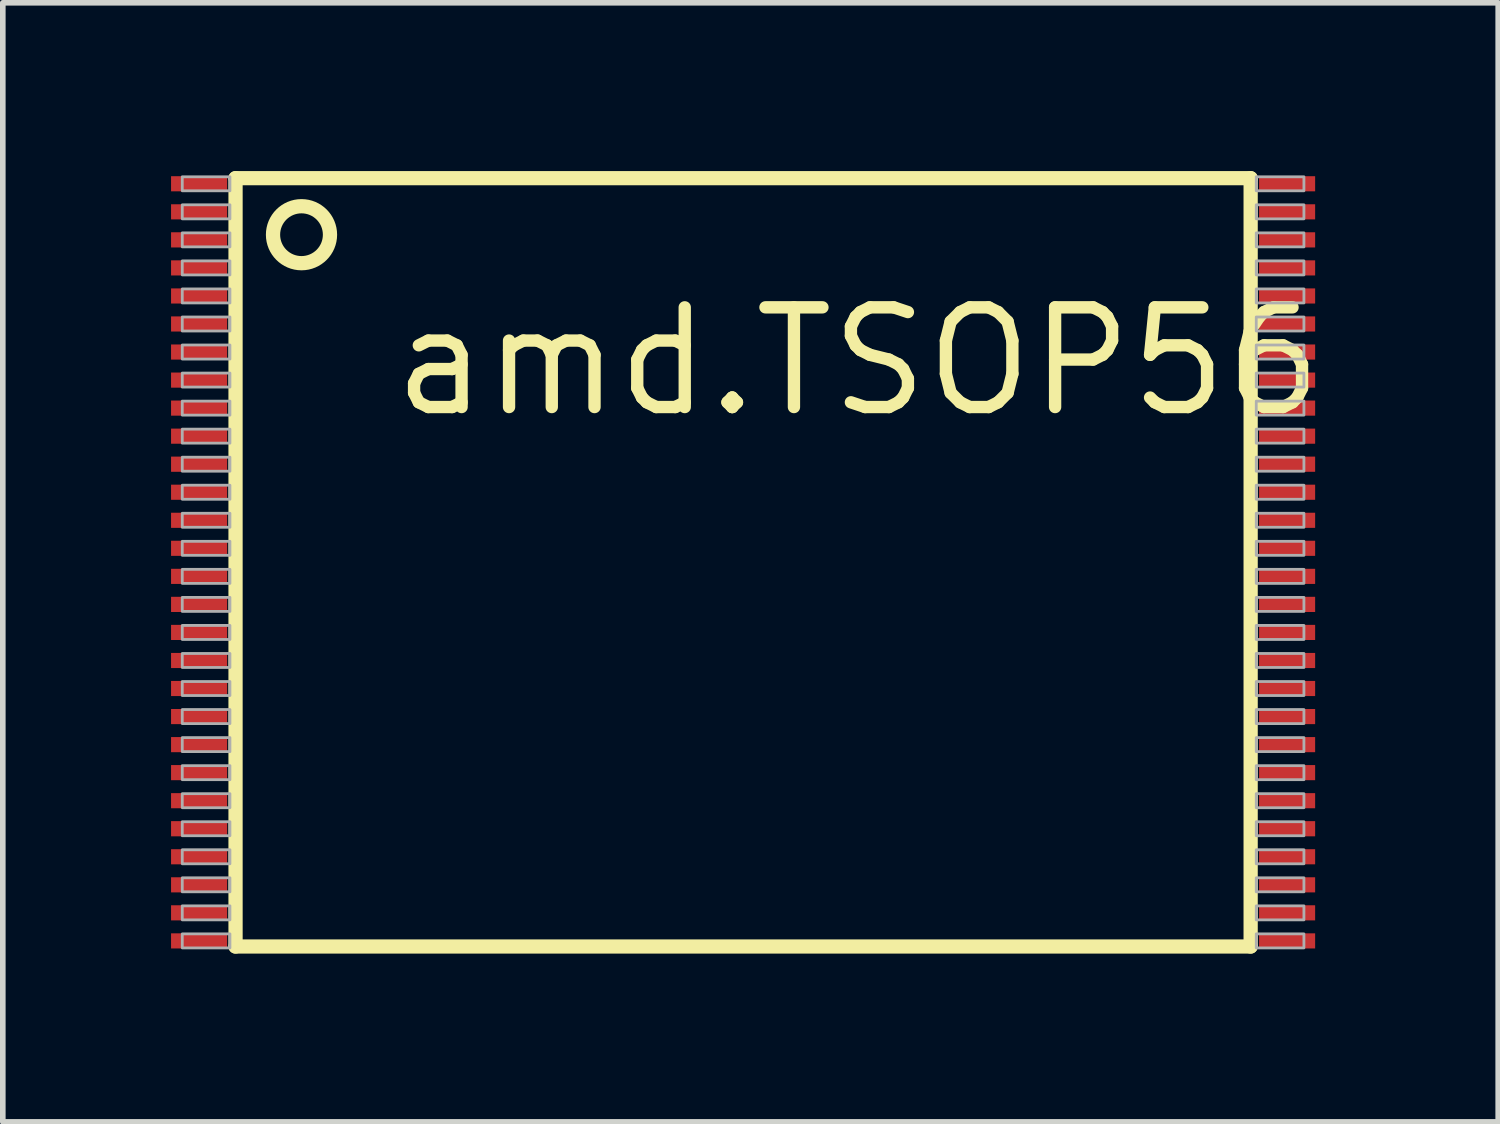
<source format=kicad_pcb>
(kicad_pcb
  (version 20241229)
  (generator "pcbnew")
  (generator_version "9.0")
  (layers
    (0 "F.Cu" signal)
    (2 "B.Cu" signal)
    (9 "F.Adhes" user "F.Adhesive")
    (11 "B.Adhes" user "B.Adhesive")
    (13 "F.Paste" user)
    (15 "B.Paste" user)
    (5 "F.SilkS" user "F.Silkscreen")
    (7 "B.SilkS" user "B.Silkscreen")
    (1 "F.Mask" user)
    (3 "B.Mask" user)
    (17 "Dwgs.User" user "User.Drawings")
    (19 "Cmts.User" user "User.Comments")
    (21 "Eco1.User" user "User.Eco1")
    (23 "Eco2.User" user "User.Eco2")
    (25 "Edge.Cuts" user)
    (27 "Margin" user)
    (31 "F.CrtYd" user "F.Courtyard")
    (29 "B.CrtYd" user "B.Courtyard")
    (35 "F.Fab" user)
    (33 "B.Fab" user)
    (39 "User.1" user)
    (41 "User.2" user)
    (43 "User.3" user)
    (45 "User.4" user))
  (footprint "amd.TSOP56"
    (layer "F.Cu")
    (at 10.2 6.977)
    (property "Reference" "amd.TSOP56" (at -6.35 -2.54 0) (layer "F.SilkS") (effects (font (size 1.778 1.778) (thickness 0.22)) (justify left bottom)))
    (attr smd)
    (fp_line (start -9.05 -6.85) (end 9.05 -6.85) (stroke (width 0.254) (type default)) (layer "F.SilkS"))
    (fp_line (start -9.05 6.85) (end -9.05 -6.85) (stroke (width 0.254) (type default)) (layer "F.SilkS"))
    (fp_line (start 9.05 -6.85) (end 9.05 6.85) (stroke (width 0.254) (type default)) (layer "F.SilkS"))
    (fp_line (start 9.05 6.85) (end -9.05 6.85) (stroke (width 0.254) (type default)) (layer "F.SilkS"))
    (fp_circle (center -7.874 -5.842) (end -7.366 -5.842) (stroke (width 0.254) (type default)) (fill no) (layer "F.SilkS"))
    (fp_rect (start -10 -6.625) (end -9.15 -6.875) (stroke (width 0.05) (type default)) (fill no) (layer "F.Fab"))
    (fp_rect (start -10 -6.125) (end -9.15 -6.375) (stroke (width 0.05) (type default)) (fill no) (layer "F.Fab"))
    (fp_rect (start -10 -5.625) (end -9.15 -5.875) (stroke (width 0.05) (type default)) (fill no) (layer "F.Fab"))
    (fp_rect (start -10 -5.125) (end -9.15 -5.375) (stroke (width 0.05) (type default)) (fill no) (layer "F.Fab"))
    (fp_rect (start -10 -4.625) (end -9.15 -4.875) (stroke (width 0.05) (type default)) (fill no) (layer "F.Fab"))
    (fp_rect (start -10 -4.125) (end -9.15 -4.375) (stroke (width 0.05) (type default)) (fill no) (layer "F.Fab"))
    (fp_rect (start -10 -3.625) (end -9.15 -3.875) (stroke (width 0.05) (type default)) (fill no) (layer "F.Fab"))
    (fp_rect (start -10 -3.125) (end -9.15 -3.375) (stroke (width 0.05) (type default)) (fill no) (layer "F.Fab"))
    (fp_rect (start -10 -2.625) (end -9.15 -2.875) (stroke (width 0.05) (type default)) (fill no) (layer "F.Fab"))
    (fp_rect (start -10 -2.125) (end -9.15 -2.375) (stroke (width 0.05) (type default)) (fill no) (layer "F.Fab"))
    (fp_rect (start -10 -1.625) (end -9.15 -1.875) (stroke (width 0.05) (type default)) (fill no) (layer "F.Fab"))
    (fp_rect (start -10 -1.125) (end -9.15 -1.375) (stroke (width 0.05) (type default)) (fill no) (layer "F.Fab"))
    (fp_rect (start -10 -0.625) (end -9.15 -0.875) (stroke (width 0.05) (type default)) (fill no) (layer "F.Fab"))
    (fp_rect (start -10 -0.125) (end -9.15 -0.375) (stroke (width 0.05) (type default)) (fill no) (layer "F.Fab"))
    (fp_rect (start -10 0.375) (end -9.15 0.125) (stroke (width 0.05) (type default)) (fill no) (layer "F.Fab"))
    (fp_rect (start -10 0.875) (end -9.15 0.625) (stroke (width 0.05) (type default)) (fill no) (layer "F.Fab"))
    (fp_rect (start -10 1.375) (end -9.15 1.125) (stroke (width 0.05) (type default)) (fill no) (layer "F.Fab"))
    (fp_rect (start -10 1.875) (end -9.15 1.625) (stroke (width 0.05) (type default)) (fill no) (layer "F.Fab"))
    (fp_rect (start -10 2.375) (end -9.15 2.125) (stroke (width 0.05) (type default)) (fill no) (layer "F.Fab"))
    (fp_rect (start -10 2.875) (end -9.15 2.625) (stroke (width 0.05) (type default)) (fill no) (layer "F.Fab"))
    (fp_rect (start -10 3.375) (end -9.15 3.125) (stroke (width 0.05) (type default)) (fill no) (layer "F.Fab"))
    (fp_rect (start -10 3.875) (end -9.15 3.625) (stroke (width 0.05) (type default)) (fill no) (layer "F.Fab"))
    (fp_rect (start -10 4.375) (end -9.15 4.125) (stroke (width 0.05) (type default)) (fill no) (layer "F.Fab"))
    (fp_rect (start -10 4.875) (end -9.15 4.625) (stroke (width 0.05) (type default)) (fill no) (layer "F.Fab"))
    (fp_rect (start -10 5.375) (end -9.15 5.125) (stroke (width 0.05) (type default)) (fill no) (layer "F.Fab"))
    (fp_rect (start -10 5.875) (end -9.15 5.625) (stroke (width 0.05) (type default)) (fill no) (layer "F.Fab"))
    (fp_rect (start -10 6.375) (end -9.15 6.125) (stroke (width 0.05) (type default)) (fill no) (layer "F.Fab"))
    (fp_rect (start -10 6.875) (end -9.15 6.625) (stroke (width 0.05) (type default)) (fill no) (layer "F.Fab"))
    (fp_rect (start 9.15 -6.625) (end 10 -6.875) (stroke (width 0.05) (type default)) (fill no) (layer "F.Fab"))
    (fp_rect (start 9.15 -6.125) (end 10 -6.375) (stroke (width 0.05) (type default)) (fill no) (layer "F.Fab"))
    (fp_rect (start 9.15 -5.625) (end 10 -5.875) (stroke (width 0.05) (type default)) (fill no) (layer "F.Fab"))
    (fp_rect (start 9.15 -5.125) (end 10 -5.375) (stroke (width 0.05) (type default)) (fill no) (layer "F.Fab"))
    (fp_rect (start 9.15 -4.625) (end 10 -4.875) (stroke (width 0.05) (type default)) (fill no) (layer "F.Fab"))
    (fp_rect (start 9.15 -4.125) (end 10 -4.375) (stroke (width 0.05) (type default)) (fill no) (layer "F.Fab"))
    (fp_rect (start 9.15 -3.625) (end 10 -3.875) (stroke (width 0.05) (type default)) (fill no) (layer "F.Fab"))
    (fp_rect (start 9.15 -3.125) (end 10 -3.375) (stroke (width 0.05) (type default)) (fill no) (layer "F.Fab"))
    (fp_rect (start 9.15 -2.625) (end 10 -2.875) (stroke (width 0.05) (type default)) (fill no) (layer "F.Fab"))
    (fp_rect (start 9.15 -2.125) (end 10 -2.375) (stroke (width 0.05) (type default)) (fill no) (layer "F.Fab"))
    (fp_rect (start 9.15 -1.625) (end 10 -1.875) (stroke (width 0.05) (type default)) (fill no) (layer "F.Fab"))
    (fp_rect (start 9.15 -1.125) (end 10 -1.375) (stroke (width 0.05) (type default)) (fill no) (layer "F.Fab"))
    (fp_rect (start 9.15 -0.625) (end 10 -0.875) (stroke (width 0.05) (type default)) (fill no) (layer "F.Fab"))
    (fp_rect (start 9.15 -0.125) (end 10 -0.375) (stroke (width 0.05) (type default)) (fill no) (layer "F.Fab"))
    (fp_rect (start 9.15 0.375) (end 10 0.125) (stroke (width 0.05) (type default)) (fill no) (layer "F.Fab"))
    (fp_rect (start 9.15 0.875) (end 10 0.625) (stroke (width 0.05) (type default)) (fill no) (layer "F.Fab"))
    (fp_rect (start 9.15 1.375) (end 10 1.125) (stroke (width 0.05) (type default)) (fill no) (layer "F.Fab"))
    (fp_rect (start 9.15 1.875) (end 10 1.625) (stroke (width 0.05) (type default)) (fill no) (layer "F.Fab"))
    (fp_rect (start 9.15 2.375) (end 10 2.125) (stroke (width 0.05) (type default)) (fill no) (layer "F.Fab"))
    (fp_rect (start 9.15 2.875) (end 10 2.625) (stroke (width 0.05) (type default)) (fill no) (layer "F.Fab"))
    (fp_rect (start 9.15 3.375) (end 10 3.125) (stroke (width 0.05) (type default)) (fill no) (layer "F.Fab"))
    (fp_rect (start 9.15 3.875) (end 10 3.625) (stroke (width 0.05) (type default)) (fill no) (layer "F.Fab"))
    (fp_rect (start 9.15 4.375) (end 10 4.125) (stroke (width 0.05) (type default)) (fill no) (layer "F.Fab"))
    (fp_rect (start 9.15 4.875) (end 10 4.625) (stroke (width 0.05) (type default)) (fill no) (layer "F.Fab"))
    (fp_rect (start 9.15 5.375) (end 10 5.125) (stroke (width 0.05) (type default)) (fill no) (layer "F.Fab"))
    (fp_rect (start 9.15 5.875) (end 10 5.625) (stroke (width 0.05) (type default)) (fill no) (layer "F.Fab"))
    (fp_rect (start 9.15 6.375) (end 10 6.125) (stroke (width 0.05) (type default)) (fill no) (layer "F.Fab"))
    (fp_rect (start 9.15 6.875) (end 10 6.625) (stroke (width 0.05) (type default)) (fill no) (layer "F.Fab"))
    (pad "1" smd roundrect (at -9.7 -6.75) (size 1 0.27) (layers "F.Cu" "F.Mask" "F.Paste") (roundrect_rratio 0.01))
    (pad "2" smd roundrect (at -9.7 -6.25) (size 1 0.27) (layers "F.Cu" "F.Mask" "F.Paste") (roundrect_rratio 0.01))
    (pad "3" smd roundrect (at -9.7 -5.75) (size 1 0.27) (layers "F.Cu" "F.Mask" "F.Paste") (roundrect_rratio 0.01))
    (pad "4" smd roundrect (at -9.7 -5.25) (size 1 0.27) (layers "F.Cu" "F.Mask" "F.Paste") (roundrect_rratio 0.01))
    (pad "5" smd roundrect (at -9.7 -4.75) (size 1 0.27) (layers "F.Cu" "F.Mask" "F.Paste") (roundrect_rratio 0.01))
    (pad "6" smd roundrect (at -9.7 -4.25) (size 1 0.27) (layers "F.Cu" "F.Mask" "F.Paste") (roundrect_rratio 0.01))
    (pad "7" smd roundrect (at -9.7 -3.75) (size 1 0.27) (layers "F.Cu" "F.Mask" "F.Paste") (roundrect_rratio 0.01))
    (pad "8" smd roundrect (at -9.7 -3.25) (size 1 0.27) (layers "F.Cu" "F.Mask" "F.Paste") (roundrect_rratio 0.01))
    (pad "9" smd roundrect (at -9.7 -2.75) (size 1 0.27) (layers "F.Cu" "F.Mask" "F.Paste") (roundrect_rratio 0.01))
    (pad "10" smd roundrect (at -9.7 -2.25) (size 1 0.27) (layers "F.Cu" "F.Mask" "F.Paste") (roundrect_rratio 0.01))
    (pad "11" smd roundrect (at -9.7 -1.75) (size 1 0.27) (layers "F.Cu" "F.Mask" "F.Paste") (roundrect_rratio 0.01))
    (pad "12" smd roundrect (at -9.7 -1.25) (size 1 0.27) (layers "F.Cu" "F.Mask" "F.Paste") (roundrect_rratio 0.01))
    (pad "13" smd roundrect (at -9.7 -0.75) (size 1 0.27) (layers "F.Cu" "F.Mask" "F.Paste") (roundrect_rratio 0.01))
    (pad "14" smd roundrect (at -9.7 -0.25) (size 1 0.27) (layers "F.Cu" "F.Mask" "F.Paste") (roundrect_rratio 0.01))
    (pad "15" smd roundrect (at -9.7 0.25) (size 1 0.27) (layers "F.Cu" "F.Mask" "F.Paste") (roundrect_rratio 0.01))
    (pad "16" smd roundrect (at -9.7 0.75) (size 1 0.27) (layers "F.Cu" "F.Mask" "F.Paste") (roundrect_rratio 0.01))
    (pad "17" smd roundrect (at -9.7 1.25) (size 1 0.27) (layers "F.Cu" "F.Mask" "F.Paste") (roundrect_rratio 0.01))
    (pad "18" smd roundrect (at -9.7 1.75) (size 1 0.27) (layers "F.Cu" "F.Mask" "F.Paste") (roundrect_rratio 0.01))
    (pad "19" smd roundrect (at -9.7 2.25) (size 1 0.27) (layers "F.Cu" "F.Mask" "F.Paste") (roundrect_rratio 0.01))
    (pad "20" smd roundrect (at -9.7 2.75) (size 1 0.27) (layers "F.Cu" "F.Mask" "F.Paste") (roundrect_rratio 0.01))
    (pad "21" smd roundrect (at -9.7 3.25) (size 1 0.27) (layers "F.Cu" "F.Mask" "F.Paste") (roundrect_rratio 0.01))
    (pad "22" smd roundrect (at -9.7 3.75) (size 1 0.27) (layers "F.Cu" "F.Mask" "F.Paste") (roundrect_rratio 0.01))
    (pad "23" smd roundrect (at -9.7 4.25) (size 1 0.27) (layers "F.Cu" "F.Mask" "F.Paste") (roundrect_rratio 0.01))
    (pad "24" smd roundrect (at -9.7 4.75) (size 1 0.27) (layers "F.Cu" "F.Mask" "F.Paste") (roundrect_rratio 0.01))
    (pad "25" smd roundrect (at -9.7 5.25) (size 1 0.27) (layers "F.Cu" "F.Mask" "F.Paste") (roundrect_rratio 0.01))
    (pad "26" smd roundrect (at -9.7 5.75) (size 1 0.27) (layers "F.Cu" "F.Mask" "F.Paste") (roundrect_rratio 0.01))
    (pad "27" smd roundrect (at -9.7 6.25) (size 1 0.27) (layers "F.Cu" "F.Mask" "F.Paste") (roundrect_rratio 0.01))
    (pad "28" smd roundrect (at -9.7 6.75) (size 1 0.27) (layers "F.Cu" "F.Mask" "F.Paste") (roundrect_rratio 0.01))
    (pad "29" smd roundrect (at 9.7 6.75 180) (size 1 0.27) (layers "F.Cu" "F.Mask" "F.Paste") (roundrect_rratio 0.01))
    (pad "30" smd roundrect (at 9.7 6.25 180) (size 1 0.27) (layers "F.Cu" "F.Mask" "F.Paste") (roundrect_rratio 0.01))
    (pad "31" smd roundrect (at 9.7 5.75 180) (size 1 0.27) (layers "F.Cu" "F.Mask" "F.Paste") (roundrect_rratio 0.01))
    (pad "32" smd roundrect (at 9.7 5.25 180) (size 1 0.27) (layers "F.Cu" "F.Mask" "F.Paste") (roundrect_rratio 0.01))
    (pad "33" smd roundrect (at 9.7 4.75 180) (size 1 0.27) (layers "F.Cu" "F.Mask" "F.Paste") (roundrect_rratio 0.01))
    (pad "34" smd roundrect (at 9.7 4.25 180) (size 1 0.27) (layers "F.Cu" "F.Mask" "F.Paste") (roundrect_rratio 0.01))
    (pad "35" smd roundrect (at 9.7 3.75 180) (size 1 0.27) (layers "F.Cu" "F.Mask" "F.Paste") (roundrect_rratio 0.01))
    (pad "36" smd roundrect (at 9.7 3.25 180) (size 1 0.27) (layers "F.Cu" "F.Mask" "F.Paste") (roundrect_rratio 0.01))
    (pad "37" smd roundrect (at 9.7 2.75 180) (size 1 0.27) (layers "F.Cu" "F.Mask" "F.Paste") (roundrect_rratio 0.01))
    (pad "38" smd roundrect (at 9.7 2.25 180) (size 1 0.27) (layers "F.Cu" "F.Mask" "F.Paste") (roundrect_rratio 0.01))
    (pad "39" smd roundrect (at 9.7 1.75 180) (size 1 0.27) (layers "F.Cu" "F.Mask" "F.Paste") (roundrect_rratio 0.01))
    (pad "40" smd roundrect (at 9.7 1.25 180) (size 1 0.27) (layers "F.Cu" "F.Mask" "F.Paste") (roundrect_rratio 0.01))
    (pad "41" smd roundrect (at 9.7 0.75 180) (size 1 0.27) (layers "F.Cu" "F.Mask" "F.Paste") (roundrect_rratio 0.01))
    (pad "42" smd roundrect (at 9.7 0.25 180) (size 1 0.27) (layers "F.Cu" "F.Mask" "F.Paste") (roundrect_rratio 0.01))
    (pad "43" smd roundrect (at 9.7 -0.25 180) (size 1 0.27) (layers "F.Cu" "F.Mask" "F.Paste") (roundrect_rratio 0.01))
    (pad "44" smd roundrect (at 9.7 -0.75 180) (size 1 0.27) (layers "F.Cu" "F.Mask" "F.Paste") (roundrect_rratio 0.01))
    (pad "45" smd roundrect (at 9.7 -1.25 180) (size 1 0.27) (layers "F.Cu" "F.Mask" "F.Paste") (roundrect_rratio 0.01))
    (pad "46" smd roundrect (at 9.7 -1.75 180) (size 1 0.27) (layers "F.Cu" "F.Mask" "F.Paste") (roundrect_rratio 0.01))
    (pad "47" smd roundrect (at 9.7 -2.25 180) (size 1 0.27) (layers "F.Cu" "F.Mask" "F.Paste") (roundrect_rratio 0.01))
    (pad "48" smd roundrect (at 9.7 -2.75 180) (size 1 0.27) (layers "F.Cu" "F.Mask" "F.Paste") (roundrect_rratio 0.01))
    (pad "49" smd roundrect (at 9.7 -3.25 180) (size 1 0.27) (layers "F.Cu" "F.Mask" "F.Paste") (roundrect_rratio 0.01))
    (pad "50" smd roundrect (at 9.7 -3.75 180) (size 1 0.27) (layers "F.Cu" "F.Mask" "F.Paste") (roundrect_rratio 0.01))
    (pad "51" smd roundrect (at 9.7 -4.25 180) (size 1 0.27) (layers "F.Cu" "F.Mask" "F.Paste") (roundrect_rratio 0.01))
    (pad "52" smd roundrect (at 9.7 -4.75 180) (size 1 0.27) (layers "F.Cu" "F.Mask" "F.Paste") (roundrect_rratio 0.01))
    (pad "53" smd roundrect (at 9.7 -5.25 180) (size 1 0.27) (layers "F.Cu" "F.Mask" "F.Paste") (roundrect_rratio 0.01))
    (pad "54" smd roundrect (at 9.7 -5.75 180) (size 1 0.27) (layers "F.Cu" "F.Mask" "F.Paste") (roundrect_rratio 0.01))
    (pad "55" smd roundrect (at 9.7 -6.25 180) (size 1 0.27) (layers "F.Cu" "F.Mask" "F.Paste") (roundrect_rratio 0.01))
    (pad "56" smd roundrect (at 9.7 -6.75 180) (size 1 0.27) (layers "F.Cu" "F.Mask" "F.Paste") (roundrect_rratio 0.01)))
  (gr_rect
    (start -3 -3)
    (end 23.664 16.954)
    (stroke (width 0.1) (type default))
    (fill no)
    (layer "Edge.Cuts")))
</source>
